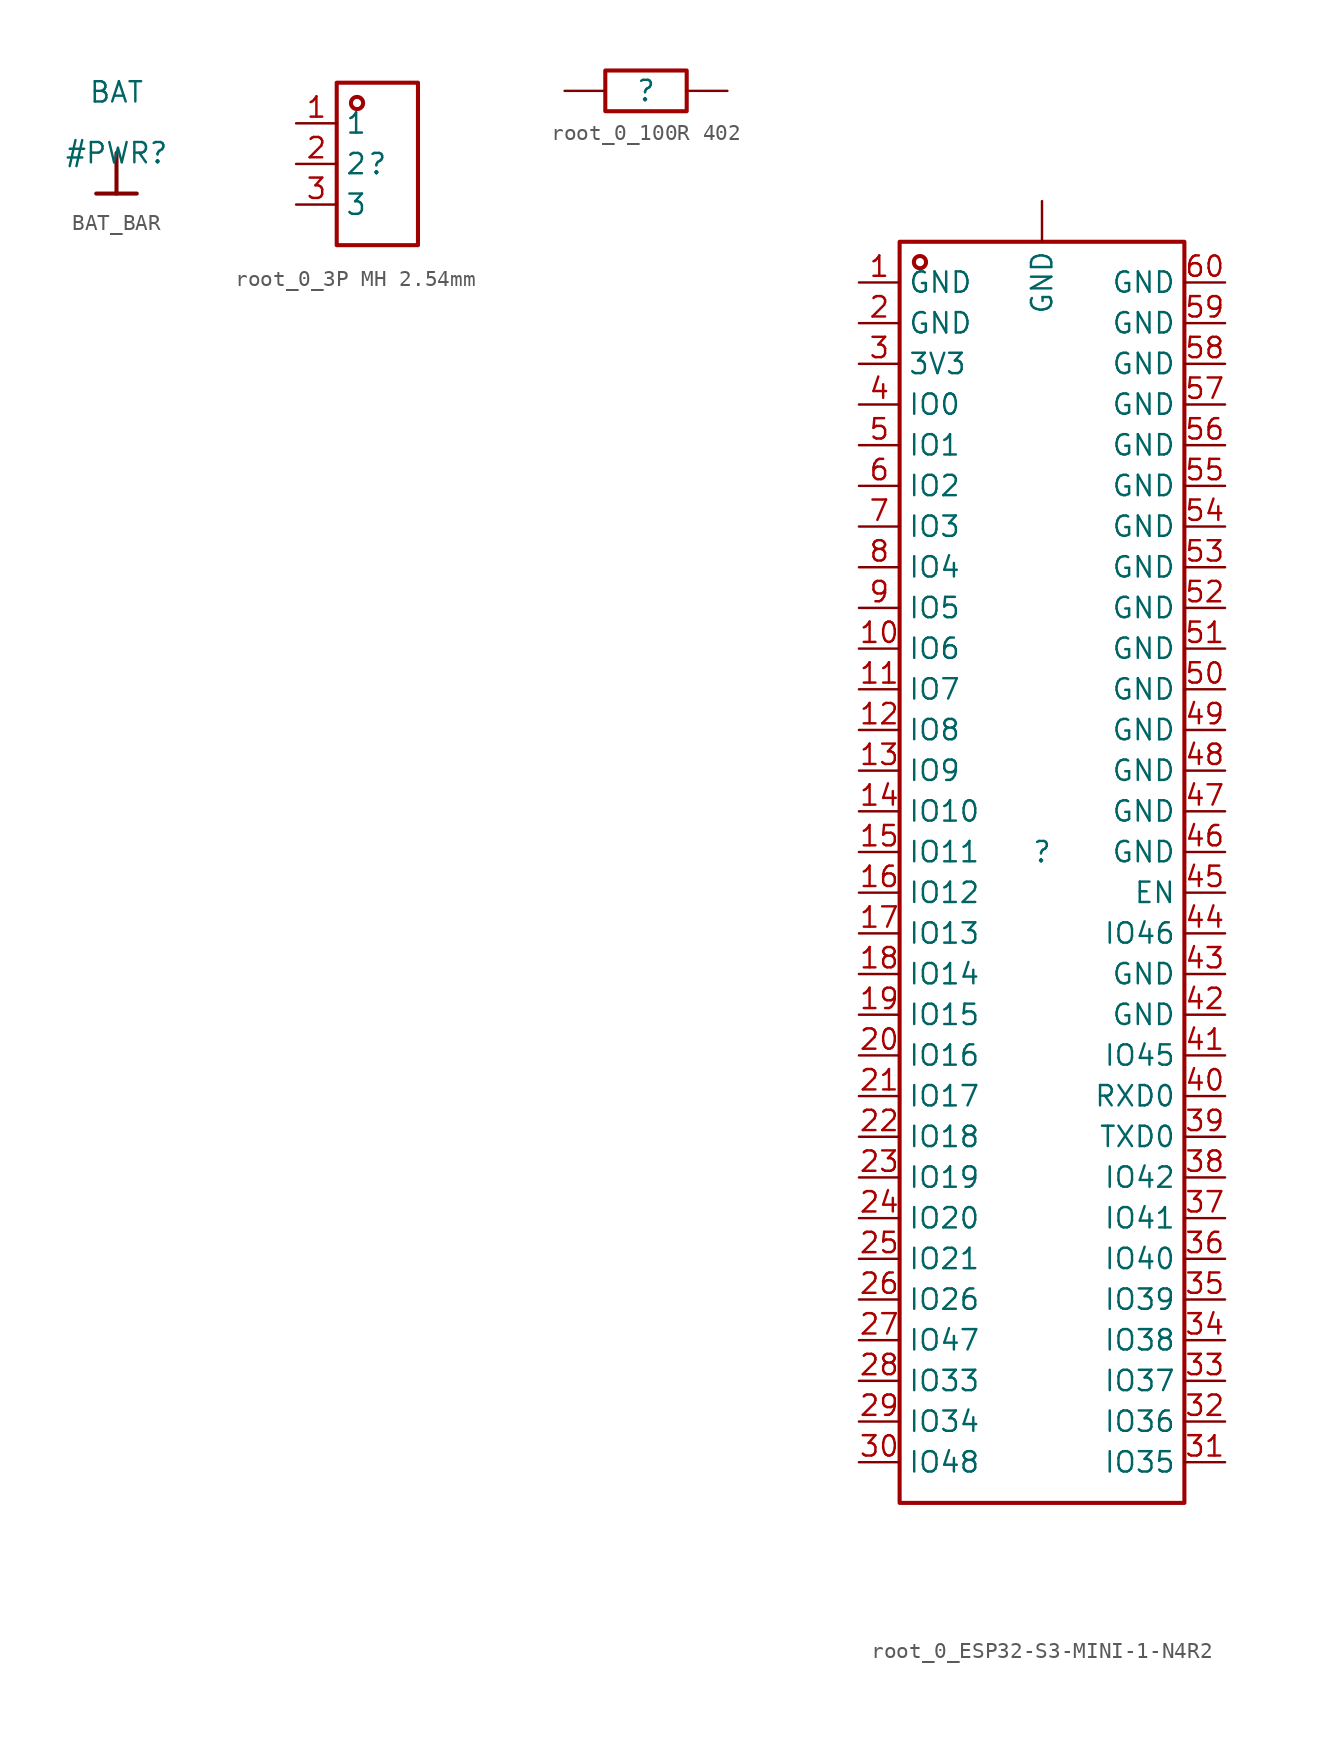
<source format=kicad_sym>
(kicad_symbol_lib
  (version 20231120)
  (generator "kicad_symbol_editor")
  (generator_version "8.0")
  (symbol "BAT_BAR"
    (power)
    (property "Reference" "#PWR"
      (at 0 0 0)
      (effects (font (size 1.27 1.27))))
    (property "Value" "BAT"
      (at 0 3.81 0)
      (effects (font (size 1.27 1.27))))
    (symbol "BAT_BAR_0_0"
      (polyline (pts (xy -1.27 -2.54) (xy 1.27 -2.54)) (stroke (width 0.254) (type solid)) (fill (type none)))
      (polyline (pts (xy 0 0) (xy 0 -2.54)) (stroke (width 0.254) (type solid)) (fill (type none)))
      (pin power_in line (at 0 0 0) (length 0) hide (name "BAT" (effects (font (size 1.27 1.27)))) (number "" (effects (font (size 1.27 1.27)))))))
  (symbol "root_0_3P MH 2.54mm"
    (property "Reference" ""
      (at 0 0 0)
      (effects (font (size 1.27 1.27))))
    (property "Value" ""
      (at 0 0 0)
      (effects (font (size 1.27 1.27))))
    (symbol "root_0_3P MH 2.54mm_1_0"
      (rectangle (start -2.54 5.08) (end 2.54 -5.08) (stroke (width 0.254) (type solid) (color 160 0 0 1)) (fill (type none)))
      (circle (center -1.27 3.81) (radius 0.381) (stroke (width 0.254) (type solid) (color 160 0 0 1)) (fill (type none)))
      (pin passive line (at -5.08 2.54 0) (length 2.54) (name "1" (effects (font (size 1.27 1.27)))) (number "1" (effects (font (size 1.27 1.27)))))
      (pin passive line (at -5.08 0 0) (length 2.54) (name "2" (effects (font (size 1.27 1.27)))) (number "2" (effects (font (size 1.27 1.27)))))
      (pin passive line (at -5.08 -2.54 0) (length 2.54) (name "3" (effects (font (size 1.27 1.27)))) (number "3" (effects (font (size 1.27 1.27)))))))
  (symbol "root_0_100R 402"
    (property "Reference" ""
      (at 0 0 0)
      (effects (font (size 1.27 1.27))))
    (property "Value" ""
      (at 0 0 0)
      (effects (font (size 1.27 1.27))))
    (symbol "root_0_100R 402_1_0"
      (rectangle (start -2.54 1.27) (end 2.54 -1.27) (stroke (width 0.254) (type solid) (color 160 0 0 1)) (fill (type none)))
      (pin passive line (at -5.08 0 0) (length 2.54) (name "1" (effects (font (size 0 0)))) (number "1" (effects (font (size 0 0)))))
      (pin passive line (at 5.08 0 180) (length 2.54) (name "2" (effects (font (size 0 0)))) (number "2" (effects (font (size 0 0)))))))
  (symbol "root_0_ESP32-S3-MINI-1-N4R2"
    (property "Reference" ""
      (at 0 0 0)
      (effects (font (size 1.27 1.27))))
    (property "Value" ""
      (at 0 0 0)
      (effects (font (size 1.27 1.27))))
    (symbol "root_0_ESP32-S3-MINI-1-N4R2_1_0"
      (rectangle (start -8.89 38.1) (end 8.89 -40.64) (stroke (width 0.254) (type solid) (color 160 0 0 1)) (fill (type none)))
      (circle (center -7.62 36.83) (radius 0.381) (stroke (width 0.254) (type solid) (color 160 0 0 1)) (fill (type none)))
      (pin passive line (at -11.43 35.56 0) (length 2.54) (name "GND" (effects (font (size 1.27 1.27)))) (number "1" (effects (font (size 1.27 1.27)))))
      (pin passive line (at -11.43 12.7 0) (length 2.54) (name "IO6" (effects (font (size 1.27 1.27)))) (number "10" (effects (font (size 1.27 1.27)))))
      (pin passive line (at -11.43 10.16 0) (length 2.54) (name "IO7" (effects (font (size 1.27 1.27)))) (number "11" (effects (font (size 1.27 1.27)))))
      (pin passive line (at -11.43 7.62 0) (length 2.54) (name "IO8" (effects (font (size 1.27 1.27)))) (number "12" (effects (font (size 1.27 1.27)))))
      (pin passive line (at -11.43 5.08 0) (length 2.54) (name "IO9" (effects (font (size 1.27 1.27)))) (number "13" (effects (font (size 1.27 1.27)))))
      (pin passive line (at -11.43 2.54 0) (length 2.54) (name "IO10" (effects (font (size 1.27 1.27)))) (number "14" (effects (font (size 1.27 1.27)))))
      (pin passive line (at -11.43 0 0) (length 2.54) (name "IO11" (effects (font (size 1.27 1.27)))) (number "15" (effects (font (size 1.27 1.27)))))
      (pin passive line (at -11.43 -2.54 0) (length 2.54) (name "IO12" (effects (font (size 1.27 1.27)))) (number "16" (effects (font (size 1.27 1.27)))))
      (pin passive line (at -11.43 -5.08 0) (length 2.54) (name "IO13" (effects (font (size 1.27 1.27)))) (number "17" (effects (font (size 1.27 1.27)))))
      (pin passive line (at -11.43 -7.62 0) (length 2.54) (name "IO14" (effects (font (size 1.27 1.27)))) (number "18" (effects (font (size 1.27 1.27)))))
      (pin passive line (at -11.43 -10.16 0) (length 2.54) (name "IO15" (effects (font (size 1.27 1.27)))) (number "19" (effects (font (size 1.27 1.27)))))
      (pin passive line (at -11.43 33.02 0) (length 2.54) (name "GND" (effects (font (size 1.27 1.27)))) (number "2" (effects (font (size 1.27 1.27)))))
      (pin passive line (at -11.43 -12.7 0) (length 2.54) (name "IO16" (effects (font (size 1.27 1.27)))) (number "20" (effects (font (size 1.27 1.27)))))
      (pin passive line (at -11.43 -15.24 0) (length 2.54) (name "IO17" (effects (font (size 1.27 1.27)))) (number "21" (effects (font (size 1.27 1.27)))))
      (pin passive line (at -11.43 -17.78 0) (length 2.54) (name "IO18" (effects (font (size 1.27 1.27)))) (number "22" (effects (font (size 1.27 1.27)))))
      (pin passive line (at -11.43 -20.32 0) (length 2.54) (name "IO19" (effects (font (size 1.27 1.27)))) (number "23" (effects (font (size 1.27 1.27)))))
      (pin passive line (at -11.43 -22.86 0) (length 2.54) (name "IO20" (effects (font (size 1.27 1.27)))) (number "24" (effects (font (size 1.27 1.27)))))
      (pin passive line (at -11.43 -25.4 0) (length 2.54) (name "IO21" (effects (font (size 1.27 1.27)))) (number "25" (effects (font (size 1.27 1.27)))))
      (pin passive line (at -11.43 -27.94 0) (length 2.54) (name "IO26" (effects (font (size 1.27 1.27)))) (number "26" (effects (font (size 1.27 1.27)))))
      (pin passive line (at -11.43 -30.48 0) (length 2.54) (name "IO47" (effects (font (size 1.27 1.27)))) (number "27" (effects (font (size 1.27 1.27)))))
      (pin passive line (at -11.43 -33.02 0) (length 2.54) (name "IO33" (effects (font (size 1.27 1.27)))) (number "28" (effects (font (size 1.27 1.27)))))
      (pin passive line (at -11.43 -35.56 0) (length 2.54) (name "IO34" (effects (font (size 1.27 1.27)))) (number "29" (effects (font (size 1.27 1.27)))))
      (pin passive line (at -11.43 30.48 0) (length 2.54) (name "3V3" (effects (font (size 1.27 1.27)))) (number "3" (effects (font (size 1.27 1.27)))))
      (pin passive line (at -11.43 -38.1 0) (length 2.54) (name "IO48" (effects (font (size 1.27 1.27)))) (number "30" (effects (font (size 1.27 1.27)))))
      (pin passive line (at 11.43 -38.1 180) (length 2.54) (name "IO35" (effects (font (size 1.27 1.27)))) (number "31" (effects (font (size 1.27 1.27)))))
      (pin passive line (at 11.43 -35.56 180) (length 2.54) (name "IO36" (effects (font (size 1.27 1.27)))) (number "32" (effects (font (size 1.27 1.27)))))
      (pin passive line (at 11.43 -33.02 180) (length 2.54) (name "IO37" (effects (font (size 1.27 1.27)))) (number "33" (effects (font (size 1.27 1.27)))))
      (pin passive line (at 11.43 -30.48 180) (length 2.54) (name "IO38" (effects (font (size 1.27 1.27)))) (number "34" (effects (font (size 1.27 1.27)))))
      (pin passive line (at 11.43 -27.94 180) (length 2.54) (name "IO39" (effects (font (size 1.27 1.27)))) (number "35" (effects (font (size 1.27 1.27)))))
      (pin passive line (at 11.43 -25.4 180) (length 2.54) (name "IO40" (effects (font (size 1.27 1.27)))) (number "36" (effects (font (size 1.27 1.27)))))
      (pin passive line (at 11.43 -22.86 180) (length 2.54) (name "IO41" (effects (font (size 1.27 1.27)))) (number "37" (effects (font (size 1.27 1.27)))))
      (pin passive line (at 11.43 -20.32 180) (length 2.54) (name "IO42" (effects (font (size 1.27 1.27)))) (number "38" (effects (font (size 1.27 1.27)))))
      (pin passive line (at 11.43 -17.78 180) (length 2.54) (name "TXD0" (effects (font (size 1.27 1.27)))) (number "39" (effects (font (size 1.27 1.27)))))
      (pin passive line (at -11.43 27.94 0) (length 2.54) (name "IO0" (effects (font (size 1.27 1.27)))) (number "4" (effects (font (size 1.27 1.27)))))
      (pin passive line (at 11.43 -15.24 180) (length 2.54) (name "RXD0" (effects (font (size 1.27 1.27)))) (number "40" (effects (font (size 1.27 1.27)))))
      (pin passive line (at 11.43 -12.7 180) (length 2.54) (name "IO45" (effects (font (size 1.27 1.27)))) (number "41" (effects (font (size 1.27 1.27)))))
      (pin passive line (at 11.43 -10.16 180) (length 2.54) (name "GND" (effects (font (size 1.27 1.27)))) (number "42" (effects (font (size 1.27 1.27)))))
      (pin passive line (at 11.43 -7.62 180) (length 2.54) (name "GND" (effects (font (size 1.27 1.27)))) (number "43" (effects (font (size 1.27 1.27)))))
      (pin passive line (at 11.43 -5.08 180) (length 2.54) (name "IO46" (effects (font (size 1.27 1.27)))) (number "44" (effects (font (size 1.27 1.27)))))
      (pin passive line (at 11.43 -2.54 180) (length 2.54) (name "EN" (effects (font (size 1.27 1.27)))) (number "45" (effects (font (size 1.27 1.27)))))
      (pin passive line (at 11.43 0 180) (length 2.54) (name "GND" (effects (font (size 1.27 1.27)))) (number "46" (effects (font (size 1.27 1.27)))))
      (pin passive line (at 11.43 2.54 180) (length 2.54) (name "GND" (effects (font (size 1.27 1.27)))) (number "47" (effects (font (size 1.27 1.27)))))
      (pin passive line (at 11.43 5.08 180) (length 2.54) (name "GND" (effects (font (size 1.27 1.27)))) (number "48" (effects (font (size 1.27 1.27)))))
      (pin passive line (at 11.43 7.62 180) (length 2.54) (name "GND" (effects (font (size 1.27 1.27)))) (number "49" (effects (font (size 1.27 1.27)))))
      (pin passive line (at -11.43 25.4 0) (length 2.54) (name "IO1" (effects (font (size 1.27 1.27)))) (number "5" (effects (font (size 1.27 1.27)))))
      (pin passive line (at 11.43 10.16 180) (length 2.54) (name "GND" (effects (font (size 1.27 1.27)))) (number "50" (effects (font (size 1.27 1.27)))))
      (pin passive line (at 11.43 12.7 180) (length 2.54) (name "GND" (effects (font (size 1.27 1.27)))) (number "51" (effects (font (size 1.27 1.27)))))
      (pin passive line (at 11.43 15.24 180) (length 2.54) (name "GND" (effects (font (size 1.27 1.27)))) (number "52" (effects (font (size 1.27 1.27)))))
      (pin passive line (at 11.43 17.78 180) (length 2.54) (name "GND" (effects (font (size 1.27 1.27)))) (number "53" (effects (font (size 1.27 1.27)))))
      (pin passive line (at 11.43 20.32 180) (length 2.54) (name "GND" (effects (font (size 1.27 1.27)))) (number "54" (effects (font (size 1.27 1.27)))))
      (pin passive line (at 11.43 22.86 180) (length 2.54) (name "GND" (effects (font (size 1.27 1.27)))) (number "55" (effects (font (size 1.27 1.27)))))
      (pin passive line (at 11.43 25.4 180) (length 2.54) (name "GND" (effects (font (size 1.27 1.27)))) (number "56" (effects (font (size 1.27 1.27)))))
      (pin passive line (at 11.43 27.94 180) (length 2.54) (name "GND" (effects (font (size 1.27 1.27)))) (number "57" (effects (font (size 1.27 1.27)))))
      (pin passive line (at 11.43 30.48 180) (length 2.54) (name "GND" (effects (font (size 1.27 1.27)))) (number "58" (effects (font (size 1.27 1.27)))))
      (pin passive line (at 11.43 33.02 180) (length 2.54) (name "GND" (effects (font (size 1.27 1.27)))) (number "59" (effects (font (size 1.27 1.27)))))
      (pin passive line (at -11.43 22.86 0) (length 2.54) (name "IO2" (effects (font (size 1.27 1.27)))) (number "6" (effects (font (size 1.27 1.27)))))
      (pin passive line (at 11.43 35.56 180) (length 2.54) (name "GND" (effects (font (size 1.27 1.27)))) (number "60" (effects (font (size 1.27 1.27)))))
      (pin passive line (at -11.43 20.32 0) (length 2.54) (name "IO3" (effects (font (size 1.27 1.27)))) (number "7" (effects (font (size 1.27 1.27)))))
      (pin passive line (at -11.43 17.78 0) (length 2.54) (name "IO4" (effects (font (size 1.27 1.27)))) (number "8" (effects (font (size 1.27 1.27)))))
      (pin passive line (at -11.43 15.24 0) (length 2.54) (name "IO5" (effects (font (size 1.27 1.27)))) (number "9" (effects (font (size 1.27 1.27)))))
      (pin passive line (at 0 40.64 270) (length 2.54) (name "GND" (effects (font (size 1.27 1.27)))) (number "GND" (effects (font (size 0 0))))))))
</source>
